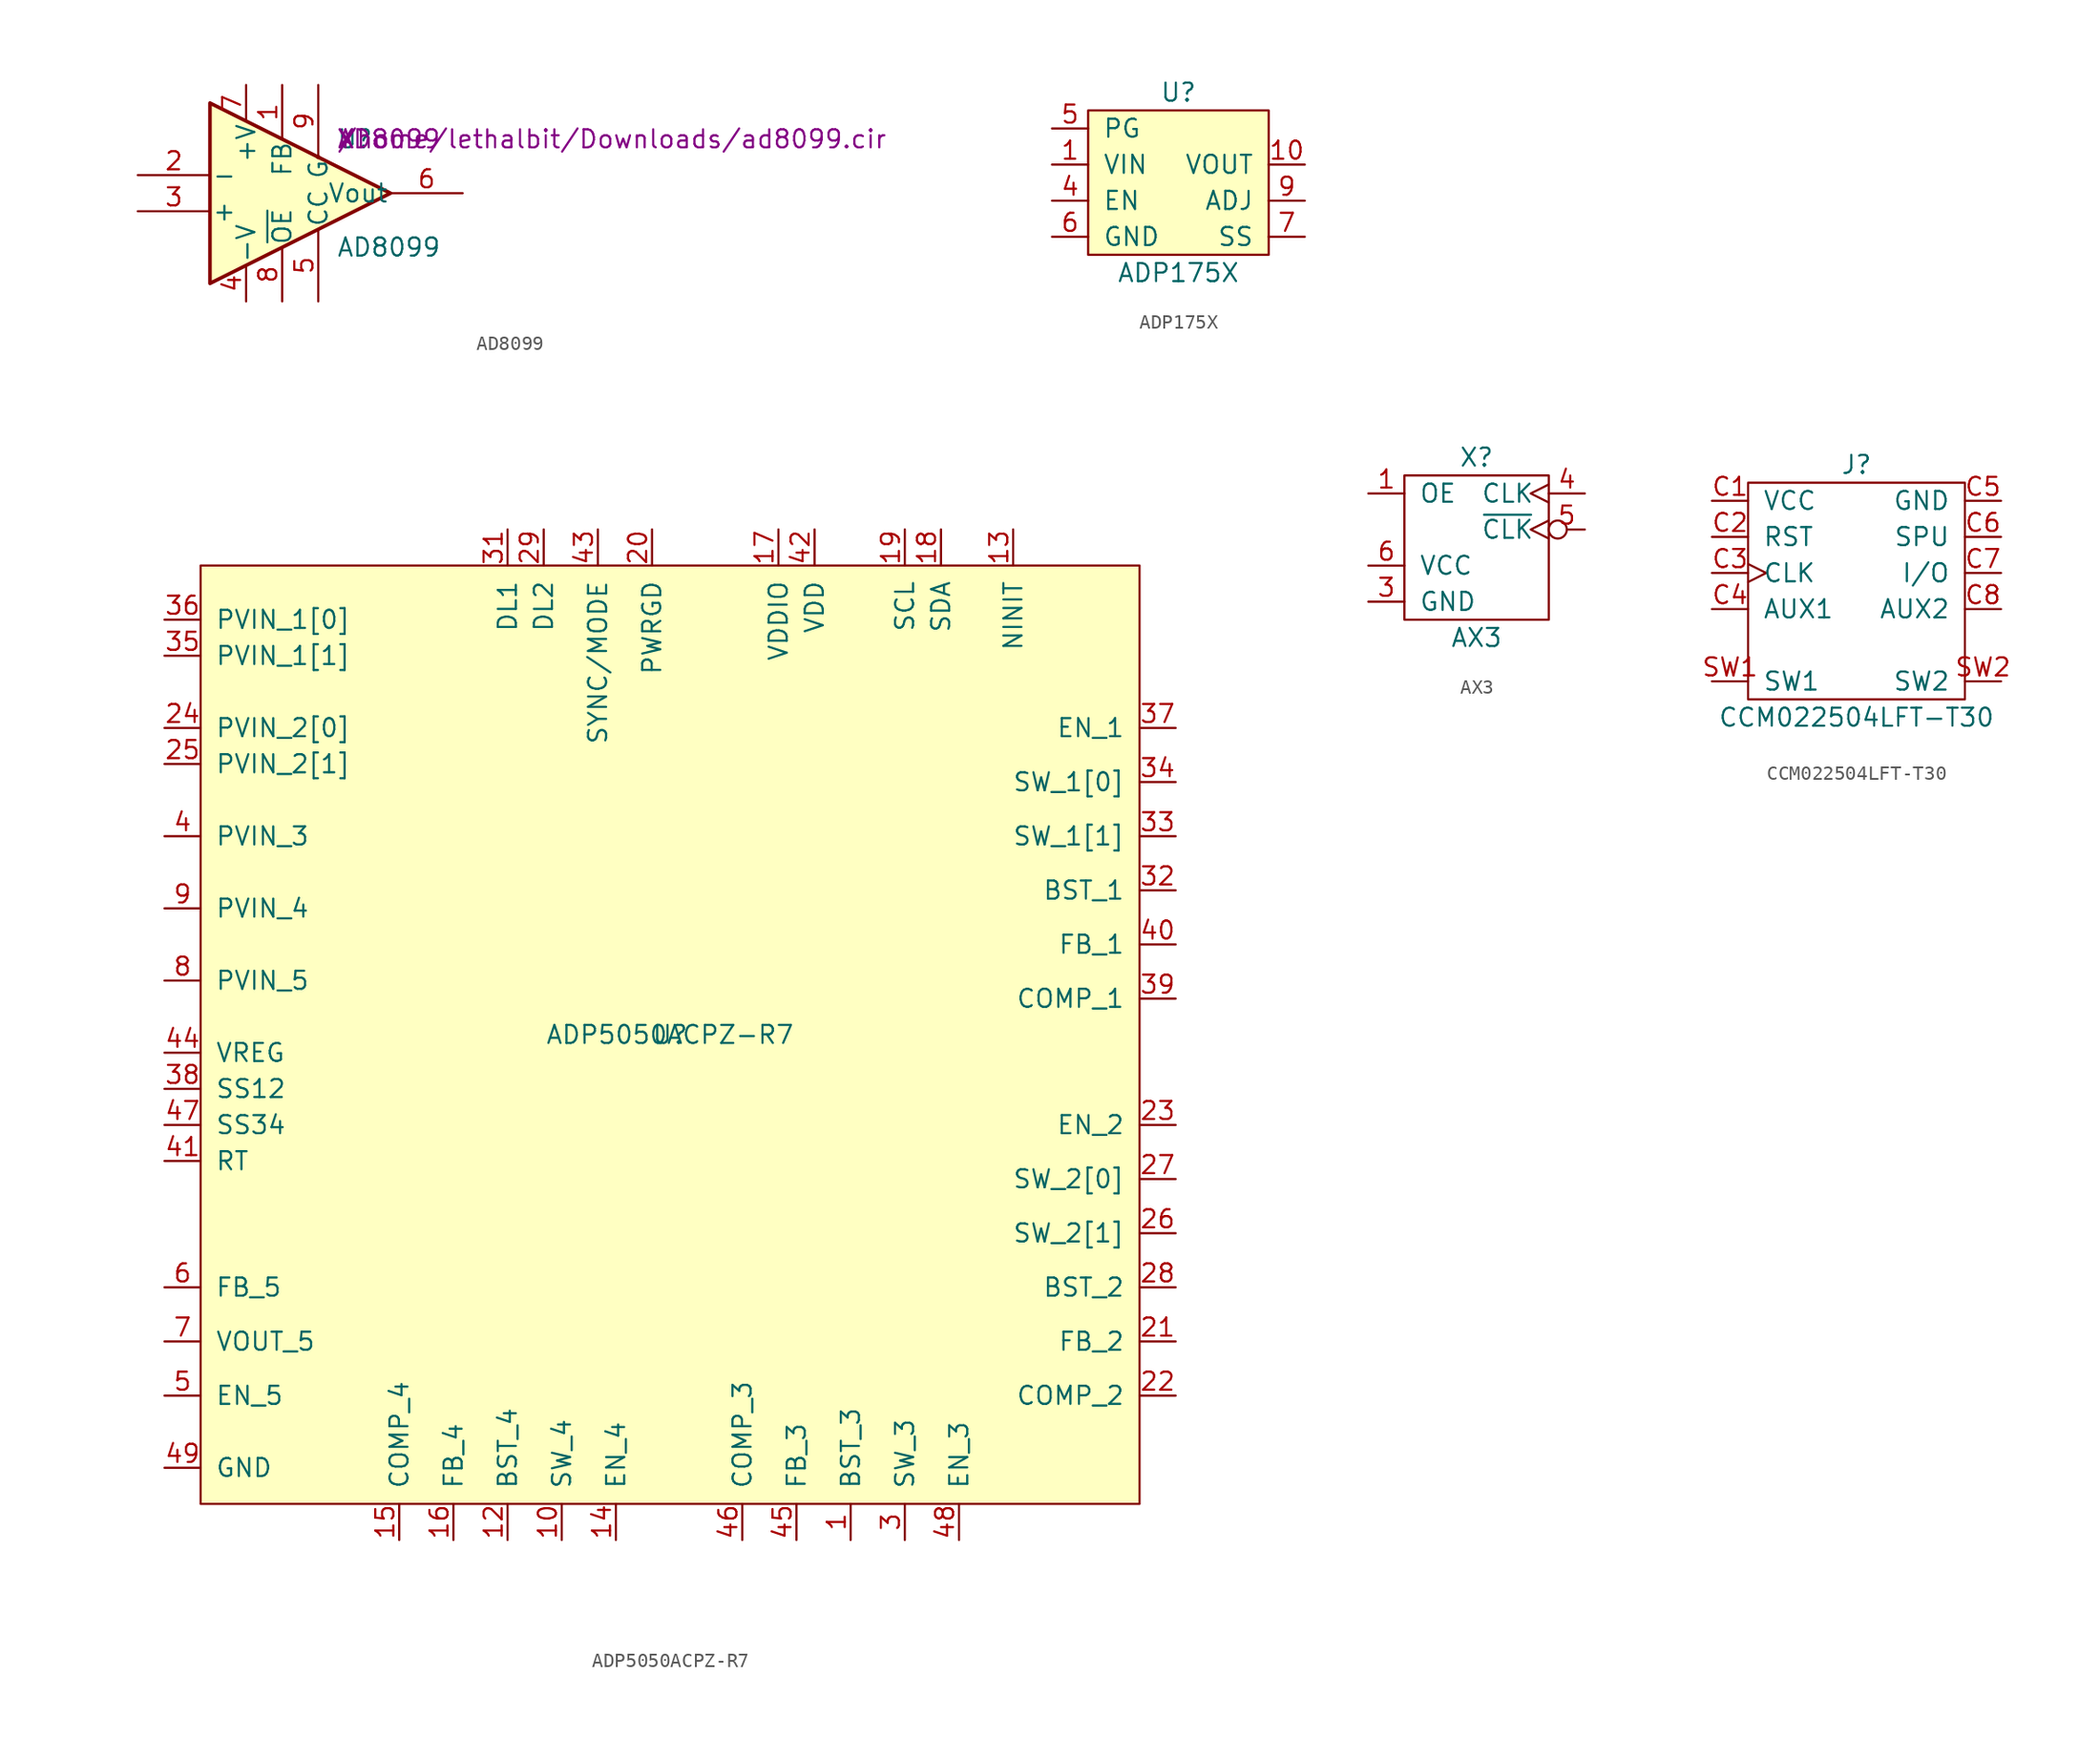
<source format=kicad_sym>
(kicad_symbol_lib
  (version 20201005)
  (generator kicad_symbol_editor)
  (symbol "lethalbit:AD8099"
    (pin_names
      (offset 0.127))
    (property "Reference" "U"
      (at 3.81 3.81 0)
      (effects (font (size 1.27 1.27)) (justify left)))
    (property "Value" "AD8099"
      (at 3.81 -3.81 0)
      (effects (font (size 1.27 1.27)) (justify left)))
    (property "Spice_Primitive" "X"
      (at 3.81 3.81 0)
      (effects (font (size 1.27 1.27)) (justify left)))
    (property "Spice_Model" "AD8099"
      (at 3.81 3.81 0)
      (effects (font (size 1.27 1.27)) (justify left)))
    (property "Spice_Netlist_Enabled" "Y"
      (at 3.81 3.81 0)
      (effects (font (size 1.27 1.27)) (justify left)))
    (property "Spice_Lib_File" "/home/lethalbit/Downloads/ad8099.cir"
      (at 3.81 3.81 0)
      (effects (font (size 1.27 1.27)) (justify left)))
    (symbol "AD8099_0_1"
      (circle (center 2.54 2.54) (radius 0) (stroke (width 0)) (fill (type none)))
      (polyline (pts (xy -5.08 6.35) (xy -5.08 -6.35) (xy 7.62 0) (xy -5.08 6.35)) (stroke (width 0.254)) (fill (type background))))
    (symbol "AD8099_1_1"
      (pin input line (at 0 7.62 270) (length 3.81) (name "FB" (effects (font (size 1.27 1.27)))) (number "1" (effects (font (size 1.27 1.27)))))
      (pin input line (at -10.16 1.27 0) (length 5.08) (name "-" (effects (font (size 1.27 1.27)))) (number "2" (effects (font (size 1.27 1.27)))))
      (pin input line (at -10.16 -1.27 0) (length 5.08) (name "+" (effects (font (size 1.27 1.27)))) (number "3" (effects (font (size 1.27 1.27)))))
      (pin power_in line (at -2.54 -7.62 90) (length 2.54) (name "-V" (effects (font (size 1.27 1.27)))) (number "4" (effects (font (size 1.27 1.27)))))
      (pin passive line (at 2.54 -7.62 90) (length 5.08) (name "CC" (effects (font (size 1.27 1.27)))) (number "5" (effects (font (size 1.27 1.27)))))
      (pin output line (at 12.7 0 180) (length 5.08) (name "Vout" (effects (font (size 1.27 1.27)))) (number "6" (effects (font (size 1.27 1.27)))))
      (pin power_in line (at -2.54 7.62 270) (length 2.54) (name "+V" (effects (font (size 1.27 1.27)))) (number "7" (effects (font (size 1.27 1.27)))))
      (pin input line (at 0 -7.62 90) (length 3.81) (name "~OE" (effects (font (size 1.27 1.27)))) (number "8" (effects (font (size 1.27 1.27)))))
      (pin passive line (at 2.54 7.62 270) (length 5.08) (name "G" (effects (font (size 1.27 1.27)))) (number "9" (effects (font (size 1.27 1.27)))))))
  (symbol "lethalbit:ADP175X"
    (pin_names
      (offset 1.016))
    (property "Reference" "U"
      (at 0 5.08 0)
      (effects (font (size 1.27 1.27))))
    (property "Value" "ADP175X"
      (at 0 -7.62 0)
      (effects (font (size 1.27 1.27))))
    (symbol "ADP175X_0_1"
      (rectangle (start -6.35 -6.35) (end 6.35 3.81) (stroke (width 0)) (fill (type background))))
    (symbol "ADP175X_1_1"
      (pin power_in line (at -8.89 0 0) (length 2.54) (name "VIN" (effects (font (size 1.27 1.27)))) (number "1" (effects (font (size 1.27 1.27)))))
      (pin power_out line (at 8.89 0 180) (length 2.54) (name "VOUT" (effects (font (size 1.27 1.27)))) (number "10" (effects (font (size 1.27 1.27)))))
      (pin passive line (at 8.89 0 180) (length 2.54) hide (name "VOUT" (effects (font (size 1.27 1.27)))) (number "11" (effects (font (size 1.27 1.27)))))
      (pin passive line (at 8.89 0 180) (length 2.54) hide (name "VOUT" (effects (font (size 1.27 1.27)))) (number "12" (effects (font (size 1.27 1.27)))))
      (pin passive line (at 8.89 0 180) (length 2.54) hide (name "VOUT" (effects (font (size 1.27 1.27)))) (number "13" (effects (font (size 1.27 1.27)))))
      (pin passive line (at 8.89 0 180) (length 2.54) hide (name "VOUT" (effects (font (size 1.27 1.27)))) (number "14" (effects (font (size 1.27 1.27)))))
      (pin passive line (at -8.89 0 0) (length 2.54) hide (name "VIN" (effects (font (size 1.27 1.27)))) (number "15" (effects (font (size 1.27 1.27)))))
      (pin passive line (at -8.89 0 0) (length 2.54) hide (name "VIN" (effects (font (size 1.27 1.27)))) (number "16" (effects (font (size 1.27 1.27)))))
      (pin passive line (at -8.89 -5.08 0) (length 2.54) hide (name "GND" (effects (font (size 1.27 1.27)))) (number "17" (effects (font (size 1.27 1.27)))))
      (pin passive line (at -8.89 0 0) (length 2.54) hide (name "VIN" (effects (font (size 1.27 1.27)))) (number "2" (effects (font (size 1.27 1.27)))))
      (pin passive line (at -8.89 0 0) (length 2.54) hide (name "VIN" (effects (font (size 1.27 1.27)))) (number "3" (effects (font (size 1.27 1.27)))))
      (pin passive line (at -8.89 -2.54 0) (length 2.54) (name "EN" (effects (font (size 1.27 1.27)))) (number "4" (effects (font (size 1.27 1.27)))))
      (pin passive line (at -8.89 2.54 0) (length 2.54) (name "PG" (effects (font (size 1.27 1.27)))) (number "5" (effects (font (size 1.27 1.27)))))
      (pin passive line (at -8.89 -5.08 0) (length 2.54) (name "GND" (effects (font (size 1.27 1.27)))) (number "6" (effects (font (size 1.27 1.27)))))
      (pin passive line (at 8.89 -5.08 180) (length 2.54) (name "SS" (effects (font (size 1.27 1.27)))) (number "7" (effects (font (size 1.27 1.27)))))
      (pin no_connect non_logic (at 8.89 2.54 180) (length 2.54) hide (name "NC" (effects (font (size 1.27 1.27)))) (number "8" (effects (font (size 1.27 1.27)))))
      (pin passive line (at 8.89 -2.54 180) (length 2.54) (name "ADJ" (effects (font (size 1.27 1.27)))) (number "9" (effects (font (size 1.27 1.27)))))))
  (symbol "lethalbit:ADP5050ACPZ-R7"
    (pin_names
      (offset 1.016))
    (property "Reference" "U"
      (at 0 1.27 0)
      (effects (font (size 1.27 1.27))))
    (property "Value" "ADP5050ACPZ-R7"
      (at 0 1.27 0)
      (effects (font (size 1.27 1.27))))
    (symbol "ADP5050ACPZ-R7_0_1"
      (rectangle (start -33.02 34.29) (end 33.02 -31.75) (stroke (width 0)) (fill (type background))))
    (symbol "ADP5050ACPZ-R7_1_1"
      (pin passive line (at 12.7 -34.29 90) (length 2.54) (name "BST_3" (effects (font (size 1.27 1.27)))) (number "1" (effects (font (size 1.27 1.27)))))
      (pin power_out line (at -7.62 -34.29 90) (length 2.54) (name "SW_4" (effects (font (size 1.27 1.27)))) (number "10" (effects (font (size 1.27 1.27)))))
      (pin passive line (at -35.56 -29.21 0) (length 2.54) hide (name "GND" (effects (font (size 1.27 1.27)))) (number "11" (effects (font (size 1.27 1.27)))))
      (pin passive line (at -11.43 -34.29 90) (length 2.54) (name "BST_4" (effects (font (size 1.27 1.27)))) (number "12" (effects (font (size 1.27 1.27)))))
      (pin passive line (at 24.13 36.83 270) (length 2.54) (name "NINIT" (effects (font (size 1.27 1.27)))) (number "13" (effects (font (size 1.27 1.27)))))
      (pin input line (at -3.81 -34.29 90) (length 2.54) (name "EN_4" (effects (font (size 1.27 1.27)))) (number "14" (effects (font (size 1.27 1.27)))))
      (pin passive line (at -19.05 -34.29 90) (length 2.54) (name "COMP_4" (effects (font (size 1.27 1.27)))) (number "15" (effects (font (size 1.27 1.27)))))
      (pin input line (at -15.24 -34.29 90) (length 2.54) (name "FB_4" (effects (font (size 1.27 1.27)))) (number "16" (effects (font (size 1.27 1.27)))))
      (pin power_out line (at 7.62 36.83 270) (length 2.54) (name "VDDIO" (effects (font (size 1.27 1.27)))) (number "17" (effects (font (size 1.27 1.27)))))
      (pin passive line (at 19.05 36.83 270) (length 2.54) (name "SDA" (effects (font (size 1.27 1.27)))) (number "18" (effects (font (size 1.27 1.27)))))
      (pin passive line (at 16.51 36.83 270) (length 2.54) (name "SCL" (effects (font (size 1.27 1.27)))) (number "19" (effects (font (size 1.27 1.27)))))
      (pin passive line (at -35.56 -29.21 0) (length 2.54) hide (name "GND" (effects (font (size 1.27 1.27)))) (number "2" (effects (font (size 1.27 1.27)))))
      (pin passive line (at -1.27 36.83 270) (length 2.54) (name "PWRGD" (effects (font (size 1.27 1.27)))) (number "20" (effects (font (size 1.27 1.27)))))
      (pin input line (at 35.56 -20.32 180) (length 2.54) (name "FB_2" (effects (font (size 1.27 1.27)))) (number "21" (effects (font (size 1.27 1.27)))))
      (pin passive line (at 35.56 -24.13 180) (length 2.54) (name "COMP_2" (effects (font (size 1.27 1.27)))) (number "22" (effects (font (size 1.27 1.27)))))
      (pin input line (at 35.56 -5.08 180) (length 2.54) (name "EN_2" (effects (font (size 1.27 1.27)))) (number "23" (effects (font (size 1.27 1.27)))))
      (pin power_in line (at -35.56 22.86 0) (length 2.54) (name "PVIN_2[0]" (effects (font (size 1.27 1.27)))) (number "24" (effects (font (size 1.27 1.27)))))
      (pin power_in line (at -35.56 20.32 0) (length 2.54) (name "PVIN_2[1]" (effects (font (size 1.27 1.27)))) (number "25" (effects (font (size 1.27 1.27)))))
      (pin power_out line (at 35.56 -12.7 180) (length 2.54) (name "SW_2[1]" (effects (font (size 1.27 1.27)))) (number "26" (effects (font (size 1.27 1.27)))))
      (pin power_out line (at 35.56 -8.89 180) (length 2.54) (name "SW_2[0]" (effects (font (size 1.27 1.27)))) (number "27" (effects (font (size 1.27 1.27)))))
      (pin passive line (at 35.56 -16.51 180) (length 2.54) (name "BST_2" (effects (font (size 1.27 1.27)))) (number "28" (effects (font (size 1.27 1.27)))))
      (pin passive line (at -8.89 36.83 270) (length 2.54) (name "DL2" (effects (font (size 1.27 1.27)))) (number "29" (effects (font (size 1.27 1.27)))))
      (pin power_out line (at 16.51 -34.29 90) (length 2.54) (name "SW_3" (effects (font (size 1.27 1.27)))) (number "3" (effects (font (size 1.27 1.27)))))
      (pin passive line (at -35.56 -29.21 0) (length 2.54) hide (name "GND" (effects (font (size 1.27 1.27)))) (number "30" (effects (font (size 1.27 1.27)))))
      (pin passive line (at -11.43 36.83 270) (length 2.54) (name "DL1" (effects (font (size 1.27 1.27)))) (number "31" (effects (font (size 1.27 1.27)))))
      (pin passive line (at 35.56 11.43 180) (length 2.54) (name "BST_1" (effects (font (size 1.27 1.27)))) (number "32" (effects (font (size 1.27 1.27)))))
      (pin power_out line (at 35.56 15.24 180) (length 2.54) (name "SW_1[1]" (effects (font (size 1.27 1.27)))) (number "33" (effects (font (size 1.27 1.27)))))
      (pin power_out line (at 35.56 19.05 180) (length 2.54) (name "SW_1[0]" (effects (font (size 1.27 1.27)))) (number "34" (effects (font (size 1.27 1.27)))))
      (pin power_in line (at -35.56 27.94 0) (length 2.54) (name "PVIN_1[1]" (effects (font (size 1.27 1.27)))) (number "35" (effects (font (size 1.27 1.27)))))
      (pin power_in line (at -35.56 30.48 0) (length 2.54) (name "PVIN_1[0]" (effects (font (size 1.27 1.27)))) (number "36" (effects (font (size 1.27 1.27)))))
      (pin input line (at 35.56 22.86 180) (length 2.54) (name "EN_1" (effects (font (size 1.27 1.27)))) (number "37" (effects (font (size 1.27 1.27)))))
      (pin input line (at -35.56 -2.54 0) (length 2.54) (name "SS12" (effects (font (size 1.27 1.27)))) (number "38" (effects (font (size 1.27 1.27)))))
      (pin passive line (at 35.56 3.81 180) (length 2.54) (name "COMP_1" (effects (font (size 1.27 1.27)))) (number "39" (effects (font (size 1.27 1.27)))))
      (pin power_in line (at -35.56 15.24 0) (length 2.54) (name "PVIN_3" (effects (font (size 1.27 1.27)))) (number "4" (effects (font (size 1.27 1.27)))))
      (pin input line (at 35.56 7.62 180) (length 2.54) (name "FB_1" (effects (font (size 1.27 1.27)))) (number "40" (effects (font (size 1.27 1.27)))))
      (pin passive line (at -35.56 -7.62 0) (length 2.54) (name "RT" (effects (font (size 1.27 1.27)))) (number "41" (effects (font (size 1.27 1.27)))))
      (pin power_out line (at 10.16 36.83 270) (length 2.54) (name "VDD" (effects (font (size 1.27 1.27)))) (number "42" (effects (font (size 1.27 1.27)))))
      (pin passive line (at -5.08 36.83 270) (length 2.54) (name "SYNC/MODE" (effects (font (size 1.27 1.27)))) (number "43" (effects (font (size 1.27 1.27)))))
      (pin input line (at -35.56 0 0) (length 2.54) (name "VREG" (effects (font (size 1.27 1.27)))) (number "44" (effects (font (size 1.27 1.27)))))
      (pin input line (at 8.89 -34.29 90) (length 2.54) (name "FB_3" (effects (font (size 1.27 1.27)))) (number "45" (effects (font (size 1.27 1.27)))))
      (pin passive line (at 5.08 -34.29 90) (length 2.54) (name "COMP_3" (effects (font (size 1.27 1.27)))) (number "46" (effects (font (size 1.27 1.27)))))
      (pin input line (at -35.56 -5.08 0) (length 2.54) (name "SS34" (effects (font (size 1.27 1.27)))) (number "47" (effects (font (size 1.27 1.27)))))
      (pin input line (at 20.32 -34.29 90) (length 2.54) (name "EN_3" (effects (font (size 1.27 1.27)))) (number "48" (effects (font (size 1.27 1.27)))))
      (pin passive line (at -35.56 -29.21 0) (length 2.54) (name "GND" (effects (font (size 1.27 1.27)))) (number "49" (effects (font (size 1.27 1.27)))))
      (pin input line (at -35.56 -24.13 0) (length 2.54) (name "EN_5" (effects (font (size 1.27 1.27)))) (number "5" (effects (font (size 1.27 1.27)))))
      (pin input line (at -35.56 -16.51 0) (length 2.54) (name "FB_5" (effects (font (size 1.27 1.27)))) (number "6" (effects (font (size 1.27 1.27)))))
      (pin power_out line (at -35.56 -20.32 0) (length 2.54) (name "VOUT_5" (effects (font (size 1.27 1.27)))) (number "7" (effects (font (size 1.27 1.27)))))
      (pin power_in line (at -35.56 5.08 0) (length 2.54) (name "PVIN_5" (effects (font (size 1.27 1.27)))) (number "8" (effects (font (size 1.27 1.27)))))
      (pin power_in line (at -35.56 10.16 0) (length 2.54) (name "PVIN_4" (effects (font (size 1.27 1.27)))) (number "9" (effects (font (size 1.27 1.27)))))))
  (symbol "lethalbit:AX3"
    (pin_names
      (offset 1.016))
    (property "Reference" "X"
      (at 0 6.35 0)
      (effects (font (size 1.27 1.27))))
    (property "Value" "AX3"
      (at 0 -6.35 0)
      (effects (font (size 1.27 1.27))))
    (symbol "AX3_0_1"
      (rectangle (start 5.08 -5.08) (end -5.08 5.08) (stroke (width 0)) (fill (type none))))
    (symbol "AX3_1_1"
      (pin passive line (at -7.62 3.81 0) (length 2.54) (name "OE" (effects (font (size 1.27 1.27)))) (number "1" (effects (font (size 1.27 1.27)))))
      (pin no_connect non_logic (at -7.62 1.27 0) (length 2.54) hide (name "NC" (effects (font (size 1.27 1.27)))) (number "2" (effects (font (size 1.27 1.27)))))
      (pin passive line (at -7.62 -3.81 0) (length 2.54) (name "GND" (effects (font (size 1.27 1.27)))) (number "3" (effects (font (size 1.27 1.27)))))
      (pin output clock (at 7.62 3.81 180) (length 2.54) (name "CLK" (effects (font (size 1.27 1.27)))) (number "4" (effects (font (size 1.27 1.27)))))
      (pin output inverted_clock (at 7.62 1.27 180) (length 2.54) (name "~CLK" (effects (font (size 1.27 1.27)))) (number "5" (effects (font (size 1.27 1.27)))))
      (pin power_in line (at -7.62 -1.27 0) (length 2.54) (name "VCC" (effects (font (size 1.27 1.27)))) (number "6" (effects (font (size 1.27 1.27)))))))
  (symbol "lethalbit:CCM022504LFT-T30"
    (pin_names
      (offset 1.016))
    (property "Reference" "J"
      (at 0 8.89 0)
      (effects (font (size 1.27 1.27))))
    (property "Value" "CCM022504LFT-T30"
      (at 0 -8.89 0)
      (effects (font (size 1.27 1.27))))
    (symbol "CCM022504LFT-T30_0_1"
      (rectangle (start 7.62 7.62) (end -7.62 -7.62) (stroke (width 0)) (fill (type none))))
    (symbol "CCM022504LFT-T30_1_1"
      (pin output line (at -10.16 6.35 0) (length 2.54) (name "VCC" (effects (font (size 1.27 1.27)))) (number "C1" (effects (font (size 1.27 1.27)))))
      (pin output line (at -10.16 3.81 0) (length 2.54) (name "RST" (effects (font (size 1.27 1.27)))) (number "C2" (effects (font (size 1.27 1.27)))))
      (pin output clock (at -10.16 1.27 0) (length 2.54) (name "CLK" (effects (font (size 1.27 1.27)))) (number "C3" (effects (font (size 1.27 1.27)))))
      (pin bidirectional line (at -10.16 -1.27 0) (length 2.54) (name "AUX1" (effects (font (size 1.27 1.27)))) (number "C4" (effects (font (size 1.27 1.27)))))
      (pin power_out line (at 10.16 6.35 180) (length 2.54) (name "GND" (effects (font (size 1.27 1.27)))) (number "C5" (effects (font (size 1.27 1.27)))))
      (pin bidirectional line (at 10.16 3.81 180) (length 2.54) (name "SPU" (effects (font (size 1.27 1.27)))) (number "C6" (effects (font (size 1.27 1.27)))))
      (pin bidirectional line (at 10.16 1.27 180) (length 2.54) (name "I/O" (effects (font (size 1.27 1.27)))) (number "C7" (effects (font (size 1.27 1.27)))))
      (pin bidirectional line (at 10.16 -1.27 180) (length 2.54) (name "AUX2" (effects (font (size 1.27 1.27)))) (number "C8" (effects (font (size 1.27 1.27)))))
      (pin passive line (at -10.16 -6.35 0) (length 2.54) (name "SW1" (effects (font (size 1.27 1.27)))) (number "SW1" (effects (font (size 1.27 1.27)))))
      (pin passive line (at 10.16 -6.35 180) (length 2.54) (name "SW2" (effects (font (size 1.27 1.27)))) (number "SW2" (effects (font (size 1.27 1.27))))))))
</source>
